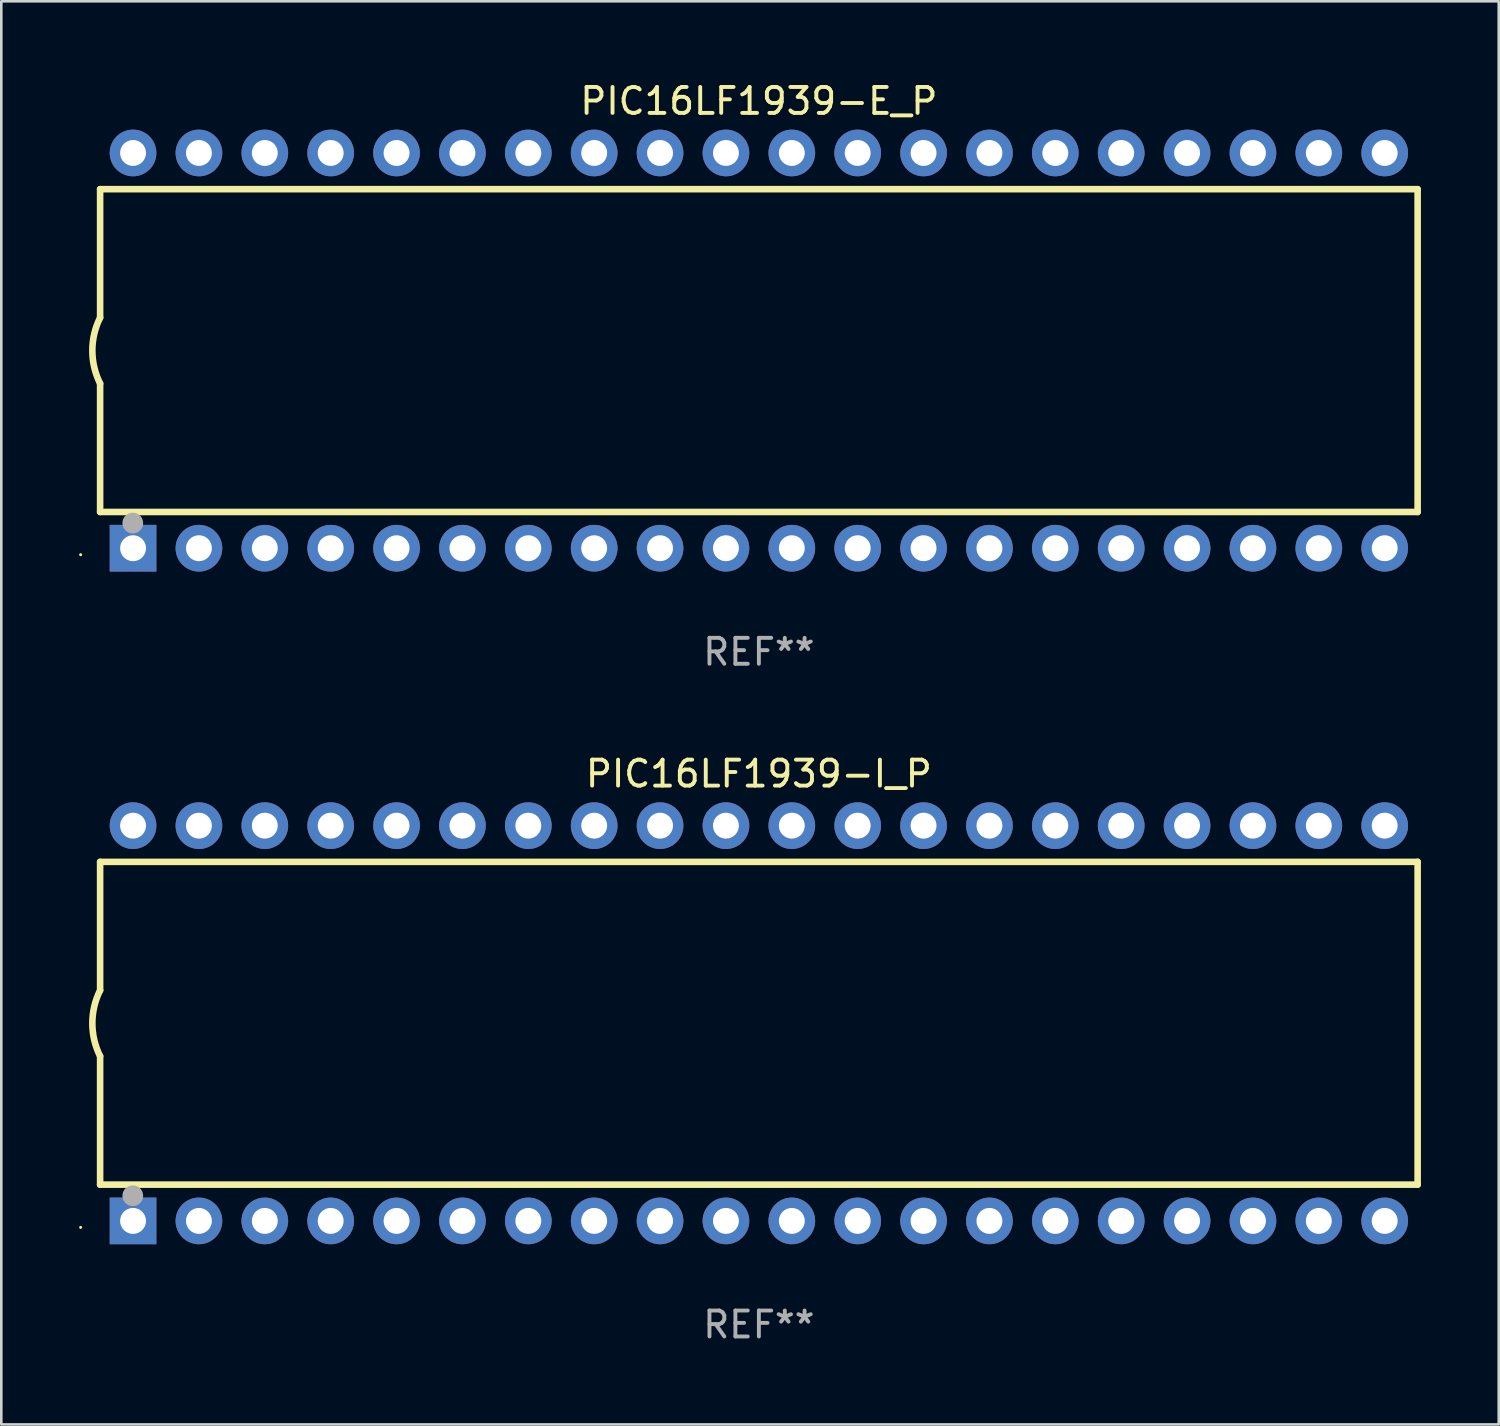
<source format=kicad_pcb>
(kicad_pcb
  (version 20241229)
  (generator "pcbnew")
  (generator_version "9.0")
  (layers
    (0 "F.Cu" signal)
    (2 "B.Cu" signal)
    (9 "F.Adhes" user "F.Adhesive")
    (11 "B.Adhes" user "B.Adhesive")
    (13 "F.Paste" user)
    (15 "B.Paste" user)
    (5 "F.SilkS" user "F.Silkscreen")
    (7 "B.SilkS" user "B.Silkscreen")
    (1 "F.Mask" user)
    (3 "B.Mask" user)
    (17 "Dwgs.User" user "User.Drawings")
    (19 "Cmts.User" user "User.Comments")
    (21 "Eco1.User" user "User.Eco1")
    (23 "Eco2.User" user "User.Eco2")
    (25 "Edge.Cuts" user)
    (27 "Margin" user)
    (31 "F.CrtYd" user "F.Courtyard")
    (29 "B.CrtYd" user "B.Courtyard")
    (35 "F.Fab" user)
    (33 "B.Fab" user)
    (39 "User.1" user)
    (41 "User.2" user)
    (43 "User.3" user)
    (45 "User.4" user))
  (footprint "PIC16LF1939-E_P"
    (layer "F.Cu")
    (at 26.21 10.468)
    (property "Reference" "PIC16LF1939-E_P" (at 0 -9.62 0) (layer "F.SilkS") (effects (font (size 1 1) (thickness 0.15))))
    (attr through_hole)
    (fp_line (start -25.4 -6.224) (end -25.4 -1.271) (stroke (width 0.254) (type solid)) (layer "F.SilkS"))
    (fp_line (start -25.4 -6.224) (end 25.4 -6.224) (stroke (width 0.254) (type solid)) (layer "F.SilkS"))
    (fp_line (start -25.4 1.269) (end -25.4 6.222) (stroke (width 0.254) (type solid)) (layer "F.SilkS"))
    (fp_line (start -25.4 6.222) (end 25.4 6.222) (stroke (width 0.254) (type solid)) (layer "F.SilkS"))
    (fp_line (start 25.4 6.222) (end 25.4 -6.224) (stroke (width 0.254) (type solid)) (layer "F.SilkS"))
    (fp_arc (start -25.4 1.269241) (mid -25.699807 -0.000762) (end -25.4 -1.270765) (stroke (width 0.254001) (type solid)) (layer "F.SilkS"))
    (fp_circle (center -26.15 7.87) (end -26.12 7.87) (stroke (width 0.06) (type solid)) (fill no) (layer "F.SilkS"))
    (fp_circle (center -24.14 6.65) (end -23.94 6.65) (stroke (width 0.4) (type solid)) (fill no) (layer "F.Fab"))
    (fp_text user "REF**" (at 0 11.62 0) (layer "F.Fab") (effects (font (size 1 1) (thickness 0.15))))
    (pad "1" thru_hole rect (at -24.13 7.62 90) (size 1.8 1.8) (drill 1) (layers "*.Cu" "*.Mask"))
    (pad "2" thru_hole circle (at -21.59 7.62) (size 1.8 1.8) (drill 1) (layers "*.Cu" "*.Mask"))
    (pad "3" thru_hole circle (at -19.05 7.62) (size 1.8 1.8) (drill 1) (layers "*.Cu" "*.Mask"))
    (pad "4" thru_hole circle (at -16.51 7.62) (size 1.8 1.8) (drill 1) (layers "*.Cu" "*.Mask"))
    (pad "5" thru_hole circle (at -13.97 7.62) (size 1.8 1.8) (drill 1) (layers "*.Cu" "*.Mask"))
    (pad "6" thru_hole circle (at -11.43 7.62) (size 1.8 1.8) (drill 1) (layers "*.Cu" "*.Mask"))
    (pad "7" thru_hole circle (at -8.89 7.62) (size 1.8 1.8) (drill 1) (layers "*.Cu" "*.Mask"))
    (pad "8" thru_hole circle (at -6.35 7.62) (size 1.8 1.8) (drill 1) (layers "*.Cu" "*.Mask"))
    (pad "9" thru_hole circle (at -3.81 7.62) (size 1.8 1.8) (drill 1) (layers "*.Cu" "*.Mask"))
    (pad "10" thru_hole circle (at -1.27 7.62) (size 1.8 1.8) (drill 1) (layers "*.Cu" "*.Mask"))
    (pad "11" thru_hole circle (at 1.27 7.62) (size 1.8 1.8) (drill 1) (layers "*.Cu" "*.Mask"))
    (pad "12" thru_hole circle (at 3.81 7.62) (size 1.8 1.8) (drill 1) (layers "*.Cu" "*.Mask"))
    (pad "13" thru_hole circle (at 6.35 7.62) (size 1.8 1.8) (drill 1) (layers "*.Cu" "*.Mask"))
    (pad "14" thru_hole circle (at 8.89 7.62) (size 1.8 1.8) (drill 1) (layers "*.Cu" "*.Mask"))
    (pad "15" thru_hole circle (at 11.43 7.62) (size 1.8 1.8) (drill 1) (layers "*.Cu" "*.Mask"))
    (pad "16" thru_hole circle (at 13.97 7.62) (size 1.8 1.8) (drill 1) (layers "*.Cu" "*.Mask"))
    (pad "17" thru_hole circle (at 16.51 7.62) (size 1.8 1.8) (drill 1) (layers "*.Cu" "*.Mask"))
    (pad "18" thru_hole circle (at 19.05 7.62) (size 1.8 1.8) (drill 1) (layers "*.Cu" "*.Mask"))
    (pad "19" thru_hole circle (at 21.59 7.62) (size 1.8 1.8) (drill 1) (layers "*.Cu" "*.Mask"))
    (pad "20" thru_hole circle (at 24.13 7.62) (size 1.8 1.8) (drill 1) (layers "*.Cu" "*.Mask"))
    (pad "21" thru_hole circle (at 24.13 -7.62) (size 1.8 1.8) (drill 1) (layers "*.Cu" "*.Mask"))
    (pad "22" thru_hole circle (at 21.59 -7.62) (size 1.8 1.8) (drill 1) (layers "*.Cu" "*.Mask"))
    (pad "23" thru_hole circle (at 19.05 -7.62) (size 1.8 1.8) (drill 1) (layers "*.Cu" "*.Mask"))
    (pad "24" thru_hole circle (at 16.51 -7.62) (size 1.8 1.8) (drill 1) (layers "*.Cu" "*.Mask"))
    (pad "25" thru_hole circle (at 13.97 -7.62) (size 1.8 1.8) (drill 1) (layers "*.Cu" "*.Mask"))
    (pad "26" thru_hole circle (at 11.43 -7.62) (size 1.8 1.8) (drill 1) (layers "*.Cu" "*.Mask"))
    (pad "27" thru_hole circle (at 8.89 -7.62) (size 1.8 1.8) (drill 1) (layers "*.Cu" "*.Mask"))
    (pad "28" thru_hole circle (at 6.35 -7.62) (size 1.8 1.8) (drill 1) (layers "*.Cu" "*.Mask"))
    (pad "29" thru_hole circle (at 3.81 -7.62) (size 1.8 1.8) (drill 1) (layers "*.Cu" "*.Mask"))
    (pad "30" thru_hole circle (at 1.27 -7.62) (size 1.8 1.8) (drill 1) (layers "*.Cu" "*.Mask"))
    (pad "31" thru_hole circle (at -1.27 -7.62) (size 1.8 1.8) (drill 1) (layers "*.Cu" "*.Mask"))
    (pad "32" thru_hole circle (at -3.81 -7.62) (size 1.8 1.8) (drill 1) (layers "*.Cu" "*.Mask"))
    (pad "33" thru_hole circle (at -6.35 -7.62) (size 1.8 1.8) (drill 1) (layers "*.Cu" "*.Mask"))
    (pad "34" thru_hole circle (at -8.89 -7.62) (size 1.8 1.8) (drill 1) (layers "*.Cu" "*.Mask"))
    (pad "35" thru_hole circle (at -11.43 -7.62) (size 1.8 1.8) (drill 1) (layers "*.Cu" "*.Mask"))
    (pad "36" thru_hole circle (at -13.97 -7.62) (size 1.8 1.8) (drill 1) (layers "*.Cu" "*.Mask"))
    (pad "37" thru_hole circle (at -16.51 -7.62) (size 1.8 1.8) (drill 1) (layers "*.Cu" "*.Mask"))
    (pad "38" thru_hole circle (at -19.05 -7.62) (size 1.8 1.8) (drill 1) (layers "*.Cu" "*.Mask"))
    (pad "39" thru_hole circle (at -21.59 -7.62) (size 1.8 1.8) (drill 1) (layers "*.Cu" "*.Mask"))
    (pad "40" thru_hole circle (at -24.13 -7.62) (size 1.8 1.8) (drill 1) (layers "*.Cu" "*.Mask")))
  (footprint "PIC16LF1939-I_P"
    (layer "F.Cu")
    (at 26.21 36.405)
    (property "Reference" "PIC16LF1939-I_P" (at 0 -9.62 0) (layer "F.SilkS") (effects (font (size 1 1) (thickness 0.15))))
    (attr through_hole)
    (fp_line (start -25.4 -6.224) (end -25.4 -1.271) (stroke (width 0.254) (type solid)) (layer "F.SilkS"))
    (fp_line (start -25.4 -6.224) (end 25.4 -6.224) (stroke (width 0.254) (type solid)) (layer "F.SilkS"))
    (fp_line (start -25.4 1.269) (end -25.4 6.222) (stroke (width 0.254) (type solid)) (layer "F.SilkS"))
    (fp_line (start -25.4 6.222) (end 25.4 6.222) (stroke (width 0.254) (type solid)) (layer "F.SilkS"))
    (fp_line (start 25.4 6.222) (end 25.4 -6.224) (stroke (width 0.254) (type solid)) (layer "F.SilkS"))
    (fp_arc (start -25.4 1.269241) (mid -25.699807 -0.000762) (end -25.4 -1.270765) (stroke (width 0.254001) (type solid)) (layer "F.SilkS"))
    (fp_circle (center -26.15 7.87) (end -26.12 7.87) (stroke (width 0.06) (type solid)) (fill no) (layer "F.SilkS"))
    (fp_circle (center -24.14 6.65) (end -23.94 6.65) (stroke (width 0.4) (type solid)) (fill no) (layer "F.Fab"))
    (fp_text user "REF**" (at 0 11.62 0) (layer "F.Fab") (effects (font (size 1 1) (thickness 0.15))))
    (pad "1" thru_hole rect (at -24.13 7.62 90) (size 1.8 1.8) (drill 1) (layers "*.Cu" "*.Mask"))
    (pad "2" thru_hole circle (at -21.59 7.62) (size 1.8 1.8) (drill 1) (layers "*.Cu" "*.Mask"))
    (pad "3" thru_hole circle (at -19.05 7.62) (size 1.8 1.8) (drill 1) (layers "*.Cu" "*.Mask"))
    (pad "4" thru_hole circle (at -16.51 7.62) (size 1.8 1.8) (drill 1) (layers "*.Cu" "*.Mask"))
    (pad "5" thru_hole circle (at -13.97 7.62) (size 1.8 1.8) (drill 1) (layers "*.Cu" "*.Mask"))
    (pad "6" thru_hole circle (at -11.43 7.62) (size 1.8 1.8) (drill 1) (layers "*.Cu" "*.Mask"))
    (pad "7" thru_hole circle (at -8.89 7.62) (size 1.8 1.8) (drill 1) (layers "*.Cu" "*.Mask"))
    (pad "8" thru_hole circle (at -6.35 7.62) (size 1.8 1.8) (drill 1) (layers "*.Cu" "*.Mask"))
    (pad "9" thru_hole circle (at -3.81 7.62) (size 1.8 1.8) (drill 1) (layers "*.Cu" "*.Mask"))
    (pad "10" thru_hole circle (at -1.27 7.62) (size 1.8 1.8) (drill 1) (layers "*.Cu" "*.Mask"))
    (pad "11" thru_hole circle (at 1.27 7.62) (size 1.8 1.8) (drill 1) (layers "*.Cu" "*.Mask"))
    (pad "12" thru_hole circle (at 3.81 7.62) (size 1.8 1.8) (drill 1) (layers "*.Cu" "*.Mask"))
    (pad "13" thru_hole circle (at 6.35 7.62) (size 1.8 1.8) (drill 1) (layers "*.Cu" "*.Mask"))
    (pad "14" thru_hole circle (at 8.89 7.62) (size 1.8 1.8) (drill 1) (layers "*.Cu" "*.Mask"))
    (pad "15" thru_hole circle (at 11.43 7.62) (size 1.8 1.8) (drill 1) (layers "*.Cu" "*.Mask"))
    (pad "16" thru_hole circle (at 13.97 7.62) (size 1.8 1.8) (drill 1) (layers "*.Cu" "*.Mask"))
    (pad "17" thru_hole circle (at 16.51 7.62) (size 1.8 1.8) (drill 1) (layers "*.Cu" "*.Mask"))
    (pad "18" thru_hole circle (at 19.05 7.62) (size 1.8 1.8) (drill 1) (layers "*.Cu" "*.Mask"))
    (pad "19" thru_hole circle (at 21.59 7.62) (size 1.8 1.8) (drill 1) (layers "*.Cu" "*.Mask"))
    (pad "20" thru_hole circle (at 24.13 7.62) (size 1.8 1.8) (drill 1) (layers "*.Cu" "*.Mask"))
    (pad "21" thru_hole circle (at 24.13 -7.62) (size 1.8 1.8) (drill 1) (layers "*.Cu" "*.Mask"))
    (pad "22" thru_hole circle (at 21.59 -7.62) (size 1.8 1.8) (drill 1) (layers "*.Cu" "*.Mask"))
    (pad "23" thru_hole circle (at 19.05 -7.62) (size 1.8 1.8) (drill 1) (layers "*.Cu" "*.Mask"))
    (pad "24" thru_hole circle (at 16.51 -7.62) (size 1.8 1.8) (drill 1) (layers "*.Cu" "*.Mask"))
    (pad "25" thru_hole circle (at 13.97 -7.62) (size 1.8 1.8) (drill 1) (layers "*.Cu" "*.Mask"))
    (pad "26" thru_hole circle (at 11.43 -7.62) (size 1.8 1.8) (drill 1) (layers "*.Cu" "*.Mask"))
    (pad "27" thru_hole circle (at 8.89 -7.62) (size 1.8 1.8) (drill 1) (layers "*.Cu" "*.Mask"))
    (pad "28" thru_hole circle (at 6.35 -7.62) (size 1.8 1.8) (drill 1) (layers "*.Cu" "*.Mask"))
    (pad "29" thru_hole circle (at 3.81 -7.62) (size 1.8 1.8) (drill 1) (layers "*.Cu" "*.Mask"))
    (pad "30" thru_hole circle (at 1.27 -7.62) (size 1.8 1.8) (drill 1) (layers "*.Cu" "*.Mask"))
    (pad "31" thru_hole circle (at -1.27 -7.62) (size 1.8 1.8) (drill 1) (layers "*.Cu" "*.Mask"))
    (pad "32" thru_hole circle (at -3.81 -7.62) (size 1.8 1.8) (drill 1) (layers "*.Cu" "*.Mask"))
    (pad "33" thru_hole circle (at -6.35 -7.62) (size 1.8 1.8) (drill 1) (layers "*.Cu" "*.Mask"))
    (pad "34" thru_hole circle (at -8.89 -7.62) (size 1.8 1.8) (drill 1) (layers "*.Cu" "*.Mask"))
    (pad "35" thru_hole circle (at -11.43 -7.62) (size 1.8 1.8) (drill 1) (layers "*.Cu" "*.Mask"))
    (pad "36" thru_hole circle (at -13.97 -7.62) (size 1.8 1.8) (drill 1) (layers "*.Cu" "*.Mask"))
    (pad "37" thru_hole circle (at -16.51 -7.62) (size 1.8 1.8) (drill 1) (layers "*.Cu" "*.Mask"))
    (pad "38" thru_hole circle (at -19.05 -7.62) (size 1.8 1.8) (drill 1) (layers "*.Cu" "*.Mask"))
    (pad "39" thru_hole circle (at -21.59 -7.62) (size 1.8 1.8) (drill 1) (layers "*.Cu" "*.Mask"))
    (pad "40" thru_hole circle (at -24.13 -7.62) (size 1.8 1.8) (drill 1) (layers "*.Cu" "*.Mask")))
  (gr_rect
    (start -3 -3)
    (end 54.737 51.873)
    (stroke (width 0.1) (type default))
    (fill no)
    (layer "Edge.Cuts")))
</source>
